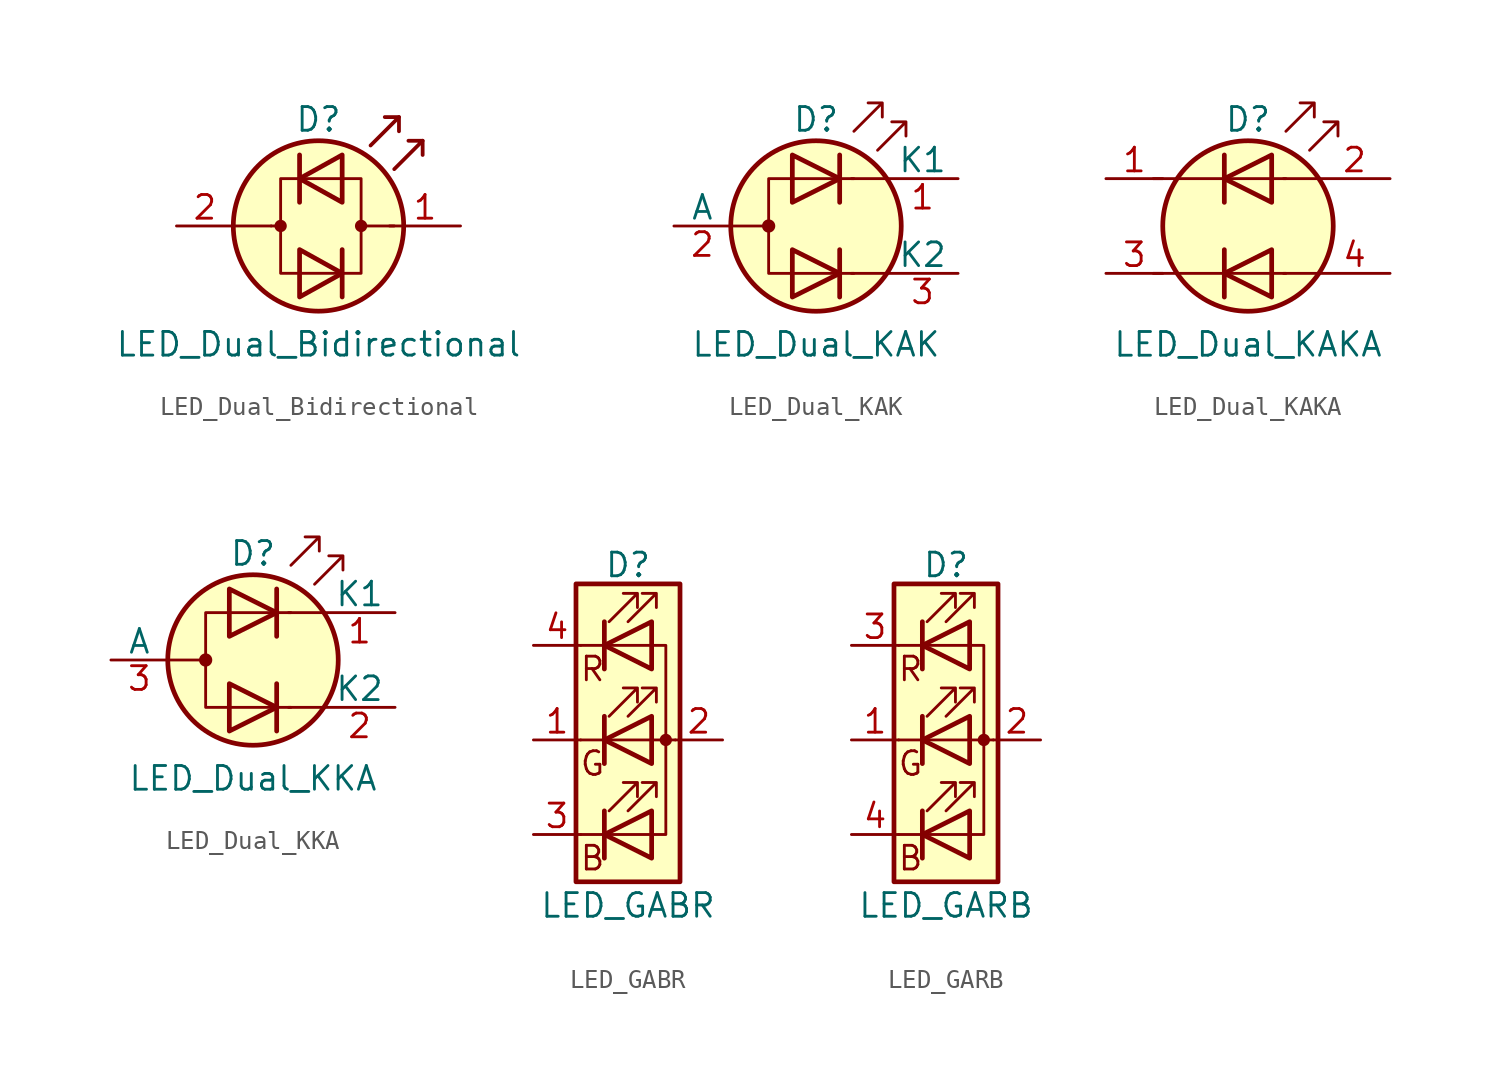
<source format=kicad_sym>
(kicad_symbol_lib
  (version 20241209)
  (generator "kicad_symbol_editor")
  (generator_version "9.0")
  (symbol "LED_Dual_Bidirectional"
    (pin_names
      (offset 0)
      (hide yes))
    (property "Reference" "D"
      (at 0 5.715 0)
      (effects (font (size 1.27 1.27))))
    (property "Value" "LED_Dual_Bidirectional"
      (at 0 -6.35 0)
      (effects (font (size 1.27 1.27))))
    (symbol "LED_Dual_Bidirectional_0_1"
      (polyline (pts (xy -4.572 0) (xy -2.54 0)) (stroke (width 0) (type default)) (fill (type none)))
      (circle (center -2.032 0) (radius 0.254) (stroke (width 0) (type default)) (fill (type outline)))
      (polyline (pts (xy -2.032 0) (xy -2.54 0)) (stroke (width 0) (type default)) (fill (type none)))
      (polyline (pts (xy -1.016 3.81) (xy -1.016 1.27)) (stroke (width 0.254) (type default)) (fill (type none)))
      (polyline (pts (xy -1.016 -1.27) (xy -1.016 -3.81) (xy 1.27 -2.54) (xy -1.016 -1.27)) (stroke (width 0.254) (type default)) (fill (type none)))
      (circle (center 0 0) (radius 4.572) (stroke (width 0.254) (type default)) (fill (type background)))
      (polyline (pts (xy 1.27 3.81) (xy 1.27 1.27) (xy -1.016 2.54) (xy 1.27 3.81)) (stroke (width 0.254) (type default)) (fill (type none)))
      (polyline (pts (xy 1.27 -1.27) (xy 1.27 -3.81)) (stroke (width 0.254) (type default)) (fill (type none)))
      (polyline (pts (xy 2.286 2.54) (xy -2.032 2.54) (xy -2.032 -2.54) (xy 2.286 -2.54) (xy 2.286 2.54)) (stroke (width 0) (type default)) (fill (type none)))
      (circle (center 2.286 0) (radius 0.254) (stroke (width 0) (type default)) (fill (type outline)))
      (polyline (pts (xy 2.794 4.318) (xy 4.318 5.842) (xy 3.556 5.842)) (stroke (width 0.203) (type default)) (fill (type none)))
      (polyline (pts (xy 4.064 3.048) (xy 5.588 4.572) (xy 4.826 4.572)) (stroke (width 0.203) (type default)) (fill (type none)))
      (polyline (pts (xy 4.064 0) (xy 2.286 0)) (stroke (width 0) (type default)) (fill (type outline)))
      (polyline (pts (xy 4.318 5.842) (xy 4.318 5.08)) (stroke (width 0.203) (type default)) (fill (type none)))
      (polyline (pts (xy 5.588 4.572) (xy 5.588 3.81)) (stroke (width 0.203) (type default)) (fill (type none))))
    (symbol "LED_Dual_Bidirectional_1_1"
      (pin input line (at -7.62 0 0) (length 3.048) (name "AK" (effects (font (size 1.27 1.27)))) (number "2" (effects (font (size 1.27 1.27)))))
      (pin input line (at 7.62 0 180) (length 3.81) (name "KA" (effects (font (size 1.27 1.27)))) (number "1" (effects (font (size 1.27 1.27)))))))
  (symbol "LED_Dual_KAK"
    (pin_names
      (offset 0))
    (property "Reference" "D"
      (at 0 5.715 0)
      (effects (font (size 1.27 1.27))))
    (property "Value" "LED_Dual_KAK"
      (at 0 -6.35 0)
      (effects (font (size 1.27 1.27))))
    (symbol "LED_Dual_KAK_0_1"
      (polyline (pts (xy -4.572 0) (xy -2.54 0)) (stroke (width 0) (type default)) (fill (type none)))
      (circle (center -2.54 0) (radius 0.279) (stroke (width 0) (type default)) (fill (type outline)))
      (polyline (pts (xy -1.27 3.81) (xy -1.27 1.27) (xy 1.27 2.54) (xy -1.27 3.81)) (stroke (width 0.254) (type default)) (fill (type none)))
      (polyline (pts (xy -1.27 -1.27) (xy -1.27 -3.81) (xy 1.27 -2.54) (xy -1.27 -1.27)) (stroke (width 0.254) (type default)) (fill (type none)))
      (circle (center 0 0) (radius 4.572) (stroke (width 0.254) (type default)) (fill (type background)))
      (polyline (pts (xy 1.27 3.81) (xy 1.27 1.27)) (stroke (width 0.254) (type default)) (fill (type none)))
      (polyline (pts (xy 1.27 -1.27) (xy 1.27 -3.81)) (stroke (width 0.254) (type default)) (fill (type none)))
      (polyline (pts (xy 2.032 5.08) (xy 3.556 6.604) (xy 2.794 6.604) (xy 3.556 6.604) (xy 3.556 5.842)) (stroke (width 0) (type default)) (fill (type none)))
      (polyline (pts (xy 2.032 2.54) (xy -2.54 2.54) (xy -2.54 -2.54) (xy 2.032 -2.54)) (stroke (width 0) (type default)) (fill (type none)))
      (polyline (pts (xy 3.302 4.064) (xy 4.826 5.588) (xy 4.064 5.588) (xy 4.826 5.588) (xy 4.826 4.826)) (stroke (width 0) (type default)) (fill (type none)))
      (polyline (pts (xy 3.81 2.54) (xy 1.905 2.54)) (stroke (width 0) (type default)) (fill (type none)))
      (polyline (pts (xy 3.81 -2.54) (xy 1.905 -2.54)) (stroke (width 0) (type default)) (fill (type none))))
    (symbol "LED_Dual_KAK_1_1"
      (pin input line (at -7.62 0 0) (length 3.048) (name "A" (effects (font (size 1.27 1.27)))) (number "2" (effects (font (size 1.27 1.27)))))
      (pin input line (at 7.62 2.54 180) (length 3.81) (name "K1" (effects (font (size 1.27 1.27)))) (number "1" (effects (font (size 1.27 1.27)))))
      (pin input line (at 7.62 -2.54 180) (length 3.81) (name "K2" (effects (font (size 1.27 1.27)))) (number "3" (effects (font (size 1.27 1.27)))))))
  (symbol "LED_Dual_KAKA"
    (pin_names
      (offset 0)
      (hide yes))
    (property "Reference" "D"
      (at 0 5.715 0)
      (effects (font (size 1.27 1.27))))
    (property "Value" "LED_Dual_KAKA"
      (at 0 -6.35 0)
      (effects (font (size 1.27 1.27))))
    (symbol "LED_Dual_KAKA_0_1"
      (polyline (pts (xy -5.08 2.54) (xy 2.032 2.54)) (stroke (width 0) (type default)) (fill (type none)))
      (polyline (pts (xy -5.08 -2.54) (xy 2.032 -2.54)) (stroke (width 0) (type default)) (fill (type none)))
      (polyline (pts (xy -1.27 3.81) (xy -1.27 1.27)) (stroke (width 0.254) (type default)) (fill (type none)))
      (polyline (pts (xy -1.27 -1.27) (xy -1.27 -3.81)) (stroke (width 0.254) (type default)) (fill (type none)))
      (circle (center 0 0) (radius 4.572) (stroke (width 0.254) (type default)) (fill (type background)))
      (polyline (pts (xy 1.27 3.81) (xy 1.27 1.27) (xy -1.27 2.54) (xy 1.27 3.81)) (stroke (width 0.254) (type default)) (fill (type none)))
      (polyline (pts (xy 1.27 -1.27) (xy 1.27 -3.81) (xy -1.27 -2.54) (xy 1.27 -1.27)) (stroke (width 0.254) (type default)) (fill (type none)))
      (polyline (pts (xy 2.032 5.08) (xy 3.556 6.604) (xy 2.794 6.604) (xy 3.556 6.604) (xy 3.556 5.842)) (stroke (width 0) (type default)) (fill (type none)))
      (polyline (pts (xy 3.302 4.064) (xy 4.826 5.588) (xy 4.064 5.588) (xy 4.826 5.588) (xy 4.826 4.826)) (stroke (width 0) (type default)) (fill (type none)))
      (polyline (pts (xy 3.81 2.54) (xy 1.905 2.54)) (stroke (width 0) (type default)) (fill (type none)))
      (polyline (pts (xy 3.81 -2.54) (xy 1.905 -2.54)) (stroke (width 0) (type default)) (fill (type none))))
    (symbol "LED_Dual_KAKA_1_1"
      (pin input line (at -7.62 2.54 0) (length 3.048) (name "K1" (effects (font (size 1.27 1.27)))) (number "1" (effects (font (size 1.27 1.27)))))
      (pin input line (at -7.62 -2.54 0) (length 3.048) (name "K2" (effects (font (size 1.27 1.27)))) (number "3" (effects (font (size 1.27 1.27)))))
      (pin input line (at 7.62 2.54 180) (length 3.81) (name "A1" (effects (font (size 1.27 1.27)))) (number "2" (effects (font (size 1.27 1.27)))))
      (pin input line (at 7.62 -2.54 180) (length 3.81) (name "A2" (effects (font (size 1.27 1.27)))) (number "4" (effects (font (size 1.27 1.27)))))))
  (symbol "LED_Dual_KKA"
    (pin_names
      (offset 0))
    (property "Reference" "D"
      (at 0 5.715 0)
      (effects (font (size 1.27 1.27))))
    (property "Value" "LED_Dual_KKA"
      (at 0 -6.35 0)
      (effects (font (size 1.27 1.27))))
    (symbol "LED_Dual_KKA_0_1"
      (polyline (pts (xy -4.572 0) (xy -2.54 0)) (stroke (width 0) (type default)) (fill (type none)))
      (circle (center -2.54 0) (radius 0.279) (stroke (width 0) (type default)) (fill (type outline)))
      (polyline (pts (xy -1.27 3.81) (xy -1.27 1.27) (xy 1.27 2.54) (xy -1.27 3.81)) (stroke (width 0.254) (type default)) (fill (type none)))
      (polyline (pts (xy -1.27 -1.27) (xy -1.27 -3.81) (xy 1.27 -2.54) (xy -1.27 -1.27)) (stroke (width 0.254) (type default)) (fill (type none)))
      (circle (center 0 0) (radius 4.572) (stroke (width 0.254) (type default)) (fill (type background)))
      (polyline (pts (xy 1.27 3.81) (xy 1.27 1.27)) (stroke (width 0.254) (type default)) (fill (type none)))
      (polyline (pts (xy 1.27 -1.27) (xy 1.27 -3.81)) (stroke (width 0.254) (type default)) (fill (type none)))
      (polyline (pts (xy 2.032 5.08) (xy 3.556 6.604) (xy 2.794 6.604) (xy 3.556 6.604) (xy 3.556 5.842)) (stroke (width 0) (type default)) (fill (type none)))
      (polyline (pts (xy 2.032 2.54) (xy -2.54 2.54) (xy -2.54 -2.54) (xy 2.032 -2.54)) (stroke (width 0) (type default)) (fill (type none)))
      (polyline (pts (xy 3.302 4.064) (xy 4.826 5.588) (xy 4.064 5.588) (xy 4.826 5.588) (xy 4.826 4.826)) (stroke (width 0) (type default)) (fill (type none)))
      (polyline (pts (xy 3.81 2.54) (xy 1.905 2.54)) (stroke (width 0) (type default)) (fill (type none)))
      (polyline (pts (xy 3.81 -2.54) (xy 1.905 -2.54)) (stroke (width 0) (type default)) (fill (type none))))
    (symbol "LED_Dual_KKA_1_1"
      (pin input line (at -7.62 0 0) (length 3.048) (name "A" (effects (font (size 1.27 1.27)))) (number "3" (effects (font (size 1.27 1.27)))))
      (pin input line (at 7.62 2.54 180) (length 3.81) (name "K1" (effects (font (size 1.27 1.27)))) (number "1" (effects (font (size 1.27 1.27)))))
      (pin input line (at 7.62 -2.54 180) (length 3.81) (name "K2" (effects (font (size 1.27 1.27)))) (number "2" (effects (font (size 1.27 1.27)))))))
  (symbol "LED_GABR"
    (pin_names
      (offset 0)
      (hide yes))
    (property "Reference" "D"
      (at 0 9.398 0)
      (effects (font (size 1.27 1.27))))
    (property "Value" "LED_GABR"
      (at 0 -8.89 0)
      (effects (font (size 1.27 1.27))))
    (symbol "LED_GABR_0_0"
      (text "R" (at -1.905 3.81 0) (effects (font (size 1.27 1.27))))
      (text "G" (at -1.905 -1.27 0) (effects (font (size 1.27 1.27))))
      (text "B" (at -1.905 -6.35 0) (effects (font (size 1.27 1.27)))))
    (symbol "LED_GABR_0_1"
      (polyline (pts (xy -1.27 6.35) (xy -1.27 3.81)) (stroke (width 0.254) (type default)) (fill (type none)))
      (polyline (pts (xy -1.27 6.35) (xy -1.27 3.81) (xy -1.27 3.81)) (stroke (width 0) (type default)) (fill (type none)))
      (polyline (pts (xy -1.27 5.08) (xy -2.54 5.08)) (stroke (width 0) (type default)) (fill (type none)))
      (polyline (pts (xy -1.27 5.08) (xy 1.27 5.08)) (stroke (width 0) (type default)) (fill (type none)))
      (polyline (pts (xy -1.27 1.27) (xy -1.27 -1.27)) (stroke (width 0.254) (type default)) (fill (type none)))
      (polyline (pts (xy -1.27 1.27) (xy -1.27 -1.27) (xy -1.27 -1.27)) (stroke (width 0) (type default)) (fill (type none)))
      (polyline (pts (xy -1.27 0) (xy -2.54 0)) (stroke (width 0) (type default)) (fill (type none)))
      (polyline (pts (xy -1.27 -3.81) (xy -1.27 -6.35)) (stroke (width 0.254) (type default)) (fill (type none)))
      (polyline (pts (xy -1.27 -5.08) (xy -2.54 -5.08)) (stroke (width 0) (type default)) (fill (type none)))
      (polyline (pts (xy -1.27 -5.08) (xy 1.27 -5.08)) (stroke (width 0) (type default)) (fill (type none)))
      (polyline (pts (xy -1.016 6.35) (xy 0.508 7.874) (xy -0.254 7.874) (xy 0.508 7.874) (xy 0.508 7.112)) (stroke (width 0) (type default)) (fill (type none)))
      (polyline (pts (xy -1.016 1.27) (xy 0.508 2.794) (xy -0.254 2.794) (xy 0.508 2.794) (xy 0.508 2.032)) (stroke (width 0) (type default)) (fill (type none)))
      (polyline (pts (xy -1.016 -3.81) (xy 0.508 -2.286) (xy -0.254 -2.286) (xy 0.508 -2.286) (xy 0.508 -3.048)) (stroke (width 0) (type default)) (fill (type none)))
      (polyline (pts (xy 0 6.35) (xy 1.524 7.874) (xy 0.762 7.874) (xy 1.524 7.874) (xy 1.524 7.112)) (stroke (width 0) (type default)) (fill (type none)))
      (polyline (pts (xy 0 1.27) (xy 1.524 2.794) (xy 0.762 2.794) (xy 1.524 2.794) (xy 1.524 2.032)) (stroke (width 0) (type default)) (fill (type none)))
      (polyline (pts (xy 0 -3.81) (xy 1.524 -2.286) (xy 0.762 -2.286) (xy 1.524 -2.286) (xy 1.524 -3.048)) (stroke (width 0) (type default)) (fill (type none)))
      (polyline (pts (xy 1.27 6.35) (xy 1.27 3.81) (xy -1.27 5.08) (xy 1.27 6.35)) (stroke (width 0.254) (type default)) (fill (type none)))
      (rectangle (start 1.27 6.35) (end 1.27 6.35) (stroke (width 0) (type default)) (fill (type none)))
      (rectangle (start 1.27 3.81) (end 1.27 6.35) (stroke (width 0) (type default)) (fill (type none)))
      (polyline (pts (xy 1.27 1.27) (xy 1.27 -1.27) (xy -1.27 0) (xy 1.27 1.27)) (stroke (width 0.254) (type default)) (fill (type none)))
      (rectangle (start 1.27 1.27) (end 1.27 1.27) (stroke (width 0) (type default)) (fill (type none)))
      (polyline (pts (xy 1.27 0) (xy -1.27 0)) (stroke (width 0) (type default)) (fill (type none)))
      (polyline (pts (xy 1.27 0) (xy 2.54 0)) (stroke (width 0) (type default)) (fill (type none)))
      (rectangle (start 1.27 -1.27) (end 1.27 1.27) (stroke (width 0) (type default)) (fill (type none)))
      (polyline (pts (xy 1.27 -3.81) (xy 1.27 -6.35) (xy -1.27 -5.08) (xy 1.27 -3.81)) (stroke (width 0.254) (type default)) (fill (type none)))
      (polyline (pts (xy 1.27 -5.08) (xy 2.032 -5.08) (xy 2.032 5.08) (xy 1.27 5.08)) (stroke (width 0) (type default)) (fill (type none)))
      (circle (center 2.032 0) (radius 0.254) (stroke (width 0) (type default)) (fill (type outline)))
      (rectangle (start 2.794 8.382) (end -2.794 -7.62) (stroke (width 0.254) (type default)) (fill (type background))))
    (symbol "LED_GABR_1_1"
      (pin passive line (at -5.08 5.08 0) (length 2.54) (name "RK" (effects (font (size 1.27 1.27)))) (number "4" (effects (font (size 1.27 1.27)))))
      (pin passive line (at -5.08 0 0) (length 2.54) (name "GK" (effects (font (size 1.27 1.27)))) (number "1" (effects (font (size 1.27 1.27)))))
      (pin passive line (at -5.08 -5.08 0) (length 2.54) (name "BK" (effects (font (size 1.27 1.27)))) (number "3" (effects (font (size 1.27 1.27)))))
      (pin passive line (at 5.08 0 180) (length 2.54) (name "A" (effects (font (size 1.27 1.27)))) (number "2" (effects (font (size 1.27 1.27)))))))
  (symbol "LED_GARB"
    (pin_names
      (offset 0)
      (hide yes))
    (property "Reference" "D"
      (at 0 9.398 0)
      (effects (font (size 1.27 1.27))))
    (property "Value" "LED_GARB"
      (at 0 -8.89 0)
      (effects (font (size 1.27 1.27))))
    (symbol "LED_GARB_0_0"
      (text "R" (at -1.905 3.81 0) (effects (font (size 1.27 1.27))))
      (text "G" (at -1.905 -1.27 0) (effects (font (size 1.27 1.27))))
      (text "B" (at -1.905 -6.35 0) (effects (font (size 1.27 1.27)))))
    (symbol "LED_GARB_0_1"
      (polyline (pts (xy -1.27 6.35) (xy -1.27 3.81)) (stroke (width 0.254) (type default)) (fill (type none)))
      (polyline (pts (xy -1.27 6.35) (xy -1.27 3.81) (xy -1.27 3.81)) (stroke (width 0) (type default)) (fill (type none)))
      (polyline (pts (xy -1.27 5.08) (xy -2.54 5.08)) (stroke (width 0) (type default)) (fill (type none)))
      (polyline (pts (xy -1.27 5.08) (xy 1.27 5.08)) (stroke (width 0) (type default)) (fill (type none)))
      (polyline (pts (xy -1.27 1.27) (xy -1.27 -1.27)) (stroke (width 0.254) (type default)) (fill (type none)))
      (polyline (pts (xy -1.27 1.27) (xy -1.27 -1.27) (xy -1.27 -1.27)) (stroke (width 0) (type default)) (fill (type none)))
      (polyline (pts (xy -1.27 0) (xy -2.54 0)) (stroke (width 0) (type default)) (fill (type none)))
      (polyline (pts (xy -1.27 -3.81) (xy -1.27 -6.35)) (stroke (width 0.254) (type default)) (fill (type none)))
      (polyline (pts (xy -1.27 -5.08) (xy -2.54 -5.08)) (stroke (width 0) (type default)) (fill (type none)))
      (polyline (pts (xy -1.27 -5.08) (xy 1.27 -5.08)) (stroke (width 0) (type default)) (fill (type none)))
      (polyline (pts (xy -1.016 6.35) (xy 0.508 7.874) (xy -0.254 7.874) (xy 0.508 7.874) (xy 0.508 7.112)) (stroke (width 0) (type default)) (fill (type none)))
      (polyline (pts (xy -1.016 1.27) (xy 0.508 2.794) (xy -0.254 2.794) (xy 0.508 2.794) (xy 0.508 2.032)) (stroke (width 0) (type default)) (fill (type none)))
      (polyline (pts (xy -1.016 -3.81) (xy 0.508 -2.286) (xy -0.254 -2.286) (xy 0.508 -2.286) (xy 0.508 -3.048)) (stroke (width 0) (type default)) (fill (type none)))
      (polyline (pts (xy 0 6.35) (xy 1.524 7.874) (xy 0.762 7.874) (xy 1.524 7.874) (xy 1.524 7.112)) (stroke (width 0) (type default)) (fill (type none)))
      (polyline (pts (xy 0 1.27) (xy 1.524 2.794) (xy 0.762 2.794) (xy 1.524 2.794) (xy 1.524 2.032)) (stroke (width 0) (type default)) (fill (type none)))
      (polyline (pts (xy 0 -3.81) (xy 1.524 -2.286) (xy 0.762 -2.286) (xy 1.524 -2.286) (xy 1.524 -3.048)) (stroke (width 0) (type default)) (fill (type none)))
      (polyline (pts (xy 1.27 6.35) (xy 1.27 3.81) (xy -1.27 5.08) (xy 1.27 6.35)) (stroke (width 0.254) (type default)) (fill (type none)))
      (rectangle (start 1.27 6.35) (end 1.27 6.35) (stroke (width 0) (type default)) (fill (type none)))
      (rectangle (start 1.27 3.81) (end 1.27 6.35) (stroke (width 0) (type default)) (fill (type none)))
      (polyline (pts (xy 1.27 1.27) (xy 1.27 -1.27) (xy -1.27 0) (xy 1.27 1.27)) (stroke (width 0.254) (type default)) (fill (type none)))
      (rectangle (start 1.27 1.27) (end 1.27 1.27) (stroke (width 0) (type default)) (fill (type none)))
      (polyline (pts (xy 1.27 0) (xy -1.27 0)) (stroke (width 0) (type default)) (fill (type none)))
      (polyline (pts (xy 1.27 0) (xy 2.54 0)) (stroke (width 0) (type default)) (fill (type none)))
      (rectangle (start 1.27 -1.27) (end 1.27 1.27) (stroke (width 0) (type default)) (fill (type none)))
      (polyline (pts (xy 1.27 -3.81) (xy 1.27 -6.35) (xy -1.27 -5.08) (xy 1.27 -3.81)) (stroke (width 0.254) (type default)) (fill (type none)))
      (polyline (pts (xy 1.27 -5.08) (xy 2.032 -5.08) (xy 2.032 5.08) (xy 1.27 5.08)) (stroke (width 0) (type default)) (fill (type none)))
      (circle (center 2.032 0) (radius 0.254) (stroke (width 0) (type default)) (fill (type outline)))
      (rectangle (start 2.794 8.382) (end -2.794 -7.62) (stroke (width 0.254) (type default)) (fill (type background))))
    (symbol "LED_GARB_1_1"
      (pin passive line (at -5.08 5.08 0) (length 2.54) (name "RK" (effects (font (size 1.27 1.27)))) (number "3" (effects (font (size 1.27 1.27)))))
      (pin passive line (at -5.08 0 0) (length 2.54) (name "GK" (effects (font (size 1.27 1.27)))) (number "1" (effects (font (size 1.27 1.27)))))
      (pin passive line (at -5.08 -5.08 0) (length 2.54) (name "BK" (effects (font (size 1.27 1.27)))) (number "4" (effects (font (size 1.27 1.27)))))
      (pin passive line (at 5.08 0 180) (length 2.54) (name "A" (effects (font (size 1.27 1.27)))) (number "2" (effects (font (size 1.27 1.27))))))))
</source>
